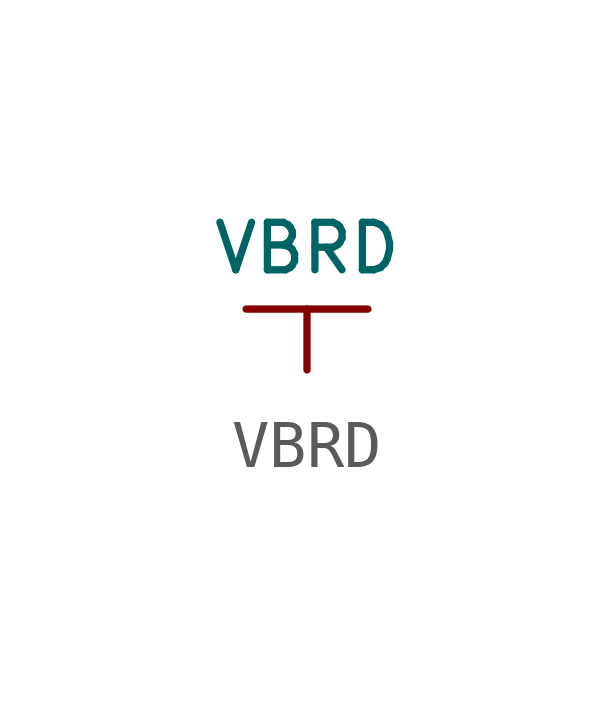
<source format=kicad_sym>
(kicad_symbol_lib
  (version 20220914)
  (generator kicad_symbol_editor)
  (symbol "VBRD"
    (power)
    (pin_numbers hide)
    (pin_names
      (offset 0) hide)
    (property "Reference" "#PWR"
      (at 0 -2.54 0)
      (effects (font (size 1.524 1.524)) hide))
    (property "Value" "VBRD"
      (at 0 1.27 0)
      (effects (font (size 0.991 0.991))))
    (property "Footprint" ""
      (at 0 0 0)
      (effects (font (size 1.524 1.524))))
    (property "Datasheet" ""
      (at 0 0 0)
      (effects (font (size 1.524 1.524))))
    (symbol "VBRD_0_1"
      (polyline (pts (xy -1.27 0) (xy 1.27 0)) (stroke (width 0) (type default)) (fill (type none))))
    (symbol "VBRD_1_1"
      (pin power_in line (at 0 -1.27 90) (length 1.27) (name "VBRD" (effects (font (size 1.27 1.27)))) (number "1" (effects (font (size 1.27 1.27))))))))
</source>
